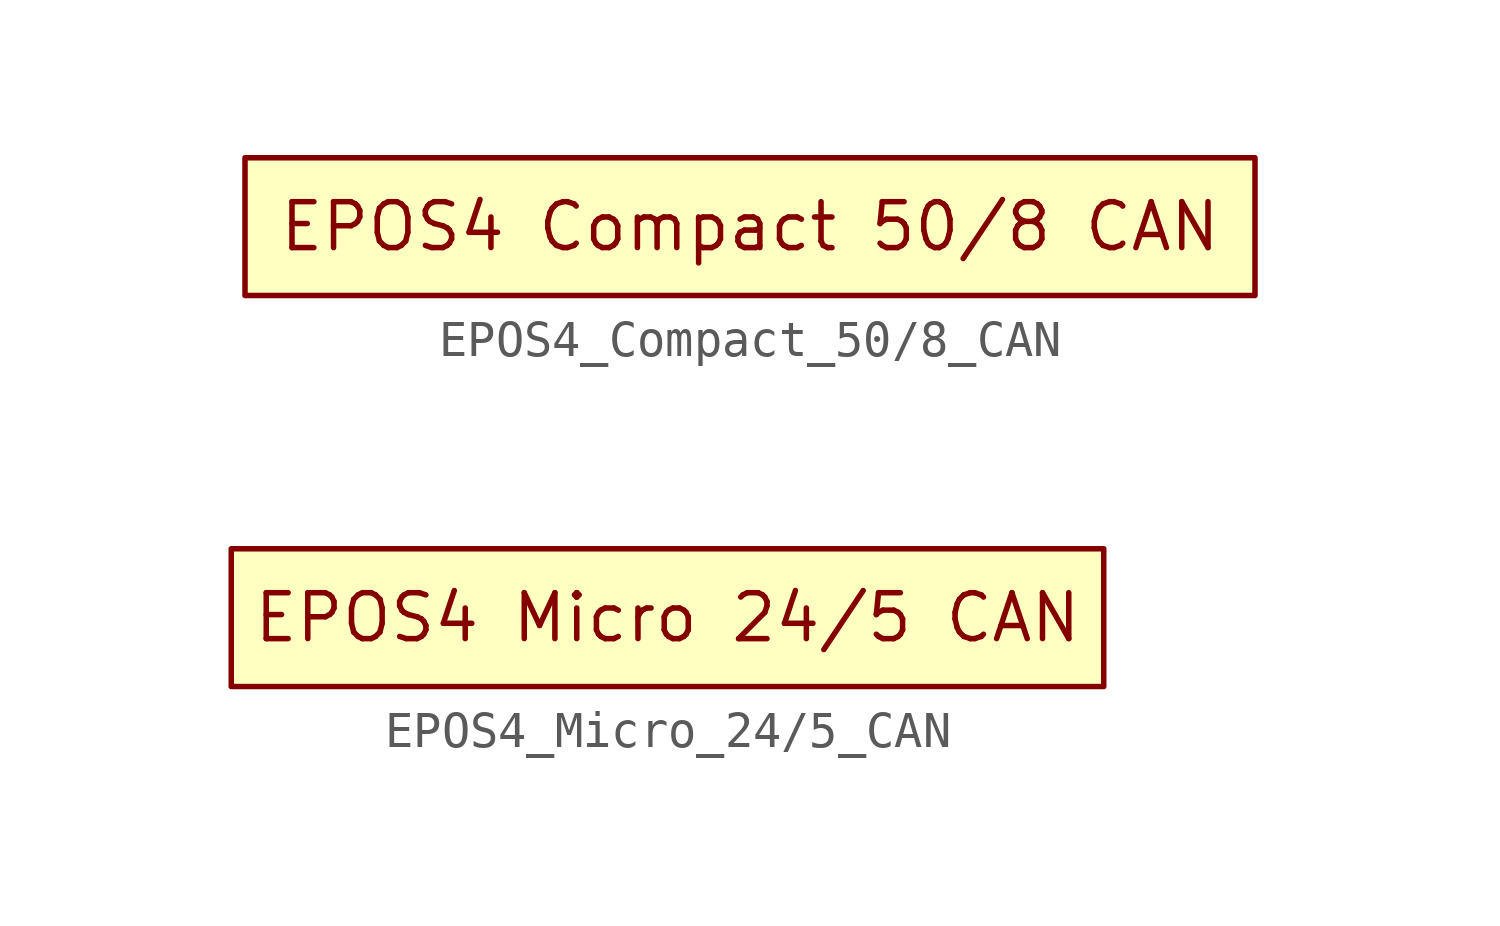
<source format=kicad_sym>
(kicad_symbol_lib
  (version 20220914)
  (generator kicad_symbol_editor)
  (symbol "EPOS4_Compact_50/8_CAN"
    (pin_numbers hide)
    (pin_names
      (offset 0) hide)
    (property "Reference" "G"
      (at 0 0 0)
      (effects (font (size 1.27 1.27)) hide))
    (property "Value" ""
      (at 0 0 0)
      (effects (font (size 1.27 1.27))))
    (symbol "EPOS4_Compact_50/8_CAN_1_1"
      (rectangle (start -14.605 1.905) (end 13.335 -1.905) (stroke (width 0) (type default)) (fill (type background)))
      (text "EPOS4 Compact 50/8 CAN" (at -0.635 0 0) (effects (font (size 1.27 1.27))))))
  (symbol "EPOS4_Micro_24/5_CAN"
    (property "Reference" "G"
      (at 0 3.175 0)
      (effects (font (size 1.27 1.27)) hide))
    (property "Value" ""
      (at 0 0 0)
      (effects (font (size 1.27 1.27))))
    (symbol "EPOS4_Micro_24/5_CAN_1_1"
      (rectangle (start -12.065 1.905) (end 12.065 -1.905) (stroke (width 0) (type default)) (fill (type background)))
      (text "EPOS4 Micro 24/5 CAN" (at 0 0 0) (effects (font (size 1.27 1.27)))))))
</source>
